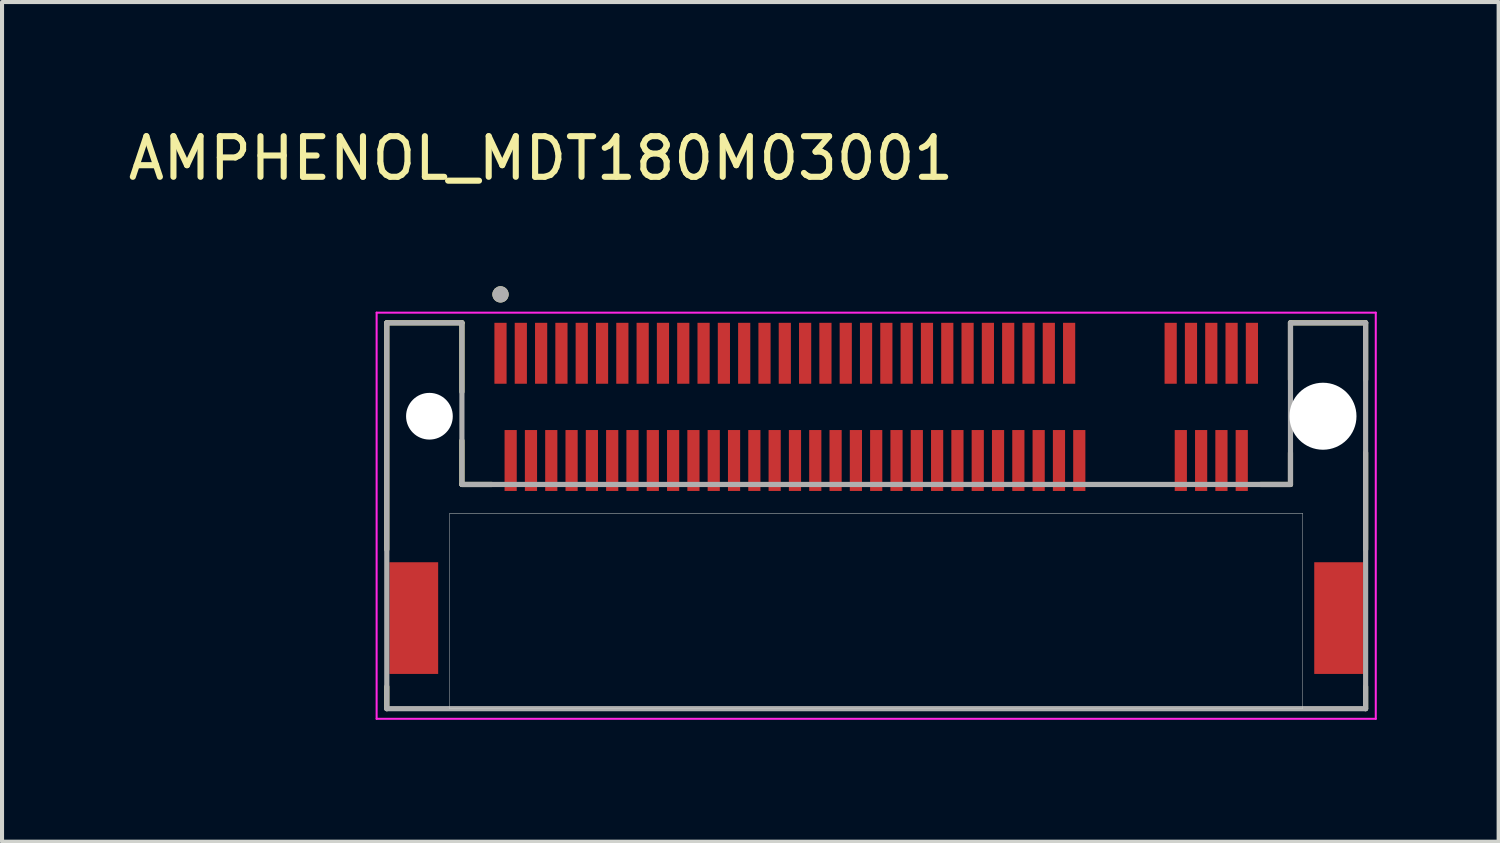
<source format=kicad_pcb>
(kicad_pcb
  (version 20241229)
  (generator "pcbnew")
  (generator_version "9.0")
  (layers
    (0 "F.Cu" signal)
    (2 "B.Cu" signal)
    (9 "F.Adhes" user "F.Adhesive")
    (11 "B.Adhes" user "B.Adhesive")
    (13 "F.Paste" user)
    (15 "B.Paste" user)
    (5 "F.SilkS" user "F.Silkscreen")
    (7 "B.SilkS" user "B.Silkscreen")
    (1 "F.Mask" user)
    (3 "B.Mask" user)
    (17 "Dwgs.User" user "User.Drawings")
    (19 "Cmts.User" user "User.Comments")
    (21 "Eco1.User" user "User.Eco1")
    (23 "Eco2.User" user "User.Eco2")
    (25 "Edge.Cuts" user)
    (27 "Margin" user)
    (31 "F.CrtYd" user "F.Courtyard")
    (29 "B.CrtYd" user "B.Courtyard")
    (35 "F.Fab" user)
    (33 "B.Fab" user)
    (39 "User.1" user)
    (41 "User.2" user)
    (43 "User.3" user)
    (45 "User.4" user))
  (footprint "AMPHENOL_MDT180M03001"
    (layer "F.Cu")
    (at 18.523 7.198)
    (property "Reference" "AMPHENOL_MDT180M03001" (at -8.255 -6.35 0) (layer "F.SilkS") (effects (font (size 1 1) (thickness 0.15))))
    (attr smd)
    (fp_line (start -12.05 -2.3) (end -12.05 3.281) (stroke (width 0.127) (type solid)) (layer "F.SilkS"))
    (fp_line (start -12.05 6.659) (end -12.05 7.2) (stroke (width 0.127) (type solid)) (layer "F.SilkS"))
    (fp_line (start -10.2 -2.3) (end -12.05 -2.3) (stroke (width 0.127) (type solid)) (layer "F.SilkS"))
    (fp_line (start -10.2 -0.6) (end -10.2 -2.3) (stroke (width 0.127) (type solid)) (layer "F.SilkS"))
    (fp_line (start -10.2 1.68) (end -10.2 0.6) (stroke (width 0.127) (type solid)) (layer "F.SilkS"))
    (fp_line (start -10.2 1.68) (end -9.463 1.68) (stroke (width 0.127) (type solid)) (layer "F.SilkS"))
    (fp_line (start 10.2 -2.3) (end 10.2 -0.9) (stroke (width 0.127) (type solid)) (layer "F.SilkS"))
    (fp_line (start 10.2 0.9) (end 10.2 1.68) (stroke (width 0.127) (type solid)) (layer "F.SilkS"))
    (fp_line (start 10.2 1.68) (end 9.463 1.68) (stroke (width 0.127) (type solid)) (layer "F.SilkS"))
    (fp_line (start 12.05 -2.3) (end 10.2 -2.3) (stroke (width 0.127) (type solid)) (layer "F.SilkS"))
    (fp_line (start 12.05 -0.9) (end 12.05 -2.3) (stroke (width 0.127) (type solid)) (layer "F.SilkS"))
    (fp_line (start 12.05 3.281) (end 12.05 0.9) (stroke (width 0.127) (type solid)) (layer "F.SilkS"))
    (fp_line (start 12.05 6.659) (end 12.05 7.2) (stroke (width 0.127) (type solid)) (layer "F.SilkS"))
    (fp_circle (center -9.25 -3) (end -9.15 -3) (stroke (width 0.2) (type solid)) (fill no) (layer "F.SilkS"))
    (fp_line (start -10.5 2.39) (end -10.5 7.2) (stroke (width 0.01) (type solid)) (layer "Edge.Cuts"))
    (fp_line (start -10.5 7.2) (end 10.5 7.2) (stroke (width 0.01) (type solid)) (layer "Edge.Cuts"))
    (fp_line (start 10.5 2.39) (end -10.5 2.39) (stroke (width 0.01) (type solid)) (layer "Edge.Cuts"))
    (fp_line (start 10.5 7.2) (end 10.5 2.39) (stroke (width 0.01) (type solid)) (layer "Edge.Cuts"))
    (fp_line (start -12.3 -2.55) (end -12.3 7.45) (stroke (width 0.05) (type solid)) (layer "F.CrtYd"))
    (fp_line (start -12.3 7.45) (end 12.3 7.45) (stroke (width 0.05) (type solid)) (layer "F.CrtYd"))
    (fp_line (start 12.3 -2.55) (end -12.3 -2.55) (stroke (width 0.05) (type solid)) (layer "F.CrtYd"))
    (fp_line (start 12.3 7.45) (end 12.3 -2.55) (stroke (width 0.05) (type solid)) (layer "F.CrtYd"))
    (fp_line (start -12.05 -2.3) (end -12.05 7.2) (stroke (width 0.127) (type solid)) (layer "F.Fab"))
    (fp_line (start -12.05 7.2) (end 12.05 7.2) (stroke (width 0.127) (type solid)) (layer "F.Fab"))
    (fp_line (start -10.2 -2.3) (end -12.05 -2.3) (stroke (width 0.127) (type solid)) (layer "F.Fab"))
    (fp_line (start -10.2 1.68) (end -10.2 -2.3) (stroke (width 0.127) (type solid)) (layer "F.Fab"))
    (fp_line (start 10.2 -2.3) (end 10.2 1.68) (stroke (width 0.127) (type solid)) (layer "F.Fab"))
    (fp_line (start 10.2 1.68) (end -10.2 1.68) (stroke (width 0.127) (type solid)) (layer "F.Fab"))
    (fp_line (start 12.05 -2.3) (end 10.2 -2.3) (stroke (width 0.127) (type solid)) (layer "F.Fab"))
    (fp_line (start 12.05 7.2) (end 12.05 -2.3) (stroke (width 0.127) (type solid)) (layer "F.Fab"))
    (fp_circle (center -9.25 -3) (end -9.15 -3) (stroke (width 0.2) (type solid)) (fill no) (layer "F.Fab"))
    (pad "" np_thru_hole circle (at -11 0) (size 1.15 1.15) (drill 1.15) (layers "*.Cu" "*.Mask"))
    (pad "" np_thru_hole circle (at 11 0) (size 1.65 1.65) (drill 1.65) (layers "*.Cu" "*.Mask"))
    (pad "1" smd rect (at -9.25 -1.55) (size 0.3 1.5) (layers "F.Cu" "F.Mask" "F.Paste"))
    (pad "2" smd rect (at -9 1.09) (size 0.3 1.5) (layers "F.Cu" "F.Mask" "F.Paste"))
    (pad "3" smd rect (at -8.75 -1.55) (size 0.3 1.5) (layers "F.Cu" "F.Mask" "F.Paste"))
    (pad "4" smd rect (at -8.5 1.09) (size 0.3 1.5) (layers "F.Cu" "F.Mask" "F.Paste"))
    (pad "5" smd rect (at -8.25 -1.55) (size 0.3 1.5) (layers "F.Cu" "F.Mask" "F.Paste"))
    (pad "6" smd rect (at -8 1.09) (size 0.3 1.5) (layers "F.Cu" "F.Mask" "F.Paste"))
    (pad "7" smd rect (at -7.75 -1.55) (size 0.3 1.5) (layers "F.Cu" "F.Mask" "F.Paste"))
    (pad "8" smd rect (at -7.5 1.09) (size 0.3 1.5) (layers "F.Cu" "F.Mask" "F.Paste"))
    (pad "9" smd rect (at -7.25 -1.55) (size 0.3 1.5) (layers "F.Cu" "F.Mask" "F.Paste"))
    (pad "10" smd rect (at -7 1.09) (size 0.3 1.5) (layers "F.Cu" "F.Mask" "F.Paste"))
    (pad "11" smd rect (at -6.75 -1.55) (size 0.3 1.5) (layers "F.Cu" "F.Mask" "F.Paste"))
    (pad "12" smd rect (at -6.5 1.09) (size 0.3 1.5) (layers "F.Cu" "F.Mask" "F.Paste"))
    (pad "13" smd rect (at -6.25 -1.55) (size 0.3 1.5) (layers "F.Cu" "F.Mask" "F.Paste"))
    (pad "14" smd rect (at -6 1.09) (size 0.3 1.5) (layers "F.Cu" "F.Mask" "F.Paste"))
    (pad "15" smd rect (at -5.75 -1.55) (size 0.3 1.5) (layers "F.Cu" "F.Mask" "F.Paste"))
    (pad "16" smd rect (at -5.5 1.09) (size 0.3 1.5) (layers "F.Cu" "F.Mask" "F.Paste"))
    (pad "17" smd rect (at -5.25 -1.55) (size 0.3 1.5) (layers "F.Cu" "F.Mask" "F.Paste"))
    (pad "18" smd rect (at -5 1.09) (size 0.3 1.5) (layers "F.Cu" "F.Mask" "F.Paste"))
    (pad "19" smd rect (at -4.75 -1.55) (size 0.3 1.5) (layers "F.Cu" "F.Mask" "F.Paste"))
    (pad "20" smd rect (at -4.5 1.09) (size 0.3 1.5) (layers "F.Cu" "F.Mask" "F.Paste"))
    (pad "21" smd rect (at -4.25 -1.55) (size 0.3 1.5) (layers "F.Cu" "F.Mask" "F.Paste"))
    (pad "22" smd rect (at -4 1.09) (size 0.3 1.5) (layers "F.Cu" "F.Mask" "F.Paste"))
    (pad "23" smd rect (at -3.75 -1.55) (size 0.3 1.5) (layers "F.Cu" "F.Mask" "F.Paste"))
    (pad "24" smd rect (at -3.5 1.09) (size 0.3 1.5) (layers "F.Cu" "F.Mask" "F.Paste"))
    (pad "25" smd rect (at -3.25 -1.55) (size 0.3 1.5) (layers "F.Cu" "F.Mask" "F.Paste"))
    (pad "26" smd rect (at -3 1.09) (size 0.3 1.5) (layers "F.Cu" "F.Mask" "F.Paste"))
    (pad "27" smd rect (at -2.75 -1.55) (size 0.3 1.5) (layers "F.Cu" "F.Mask" "F.Paste"))
    (pad "28" smd rect (at -2.5 1.09) (size 0.3 1.5) (layers "F.Cu" "F.Mask" "F.Paste"))
    (pad "29" smd rect (at -2.25 -1.55) (size 0.3 1.5) (layers "F.Cu" "F.Mask" "F.Paste"))
    (pad "30" smd rect (at -2 1.09) (size 0.3 1.5) (layers "F.Cu" "F.Mask" "F.Paste"))
    (pad "31" smd rect (at -1.75 -1.55) (size 0.3 1.5) (layers "F.Cu" "F.Mask" "F.Paste"))
    (pad "32" smd rect (at -1.5 1.09) (size 0.3 1.5) (layers "F.Cu" "F.Mask" "F.Paste"))
    (pad "33" smd rect (at -1.25 -1.55) (size 0.3 1.5) (layers "F.Cu" "F.Mask" "F.Paste"))
    (pad "34" smd rect (at -1 1.09) (size 0.3 1.5) (layers "F.Cu" "F.Mask" "F.Paste"))
    (pad "35" smd rect (at -0.75 -1.55) (size 0.3 1.5) (layers "F.Cu" "F.Mask" "F.Paste"))
    (pad "36" smd rect (at -0.5 1.09) (size 0.3 1.5) (layers "F.Cu" "F.Mask" "F.Paste"))
    (pad "37" smd rect (at -0.25 -1.55) (size 0.3 1.5) (layers "F.Cu" "F.Mask" "F.Paste"))
    (pad "38" smd rect (at 0 1.09) (size 0.3 1.5) (layers "F.Cu" "F.Mask" "F.Paste"))
    (pad "39" smd rect (at 0.25 -1.55) (size 0.3 1.5) (layers "F.Cu" "F.Mask" "F.Paste"))
    (pad "40" smd rect (at 0.5 1.09) (size 0.3 1.5) (layers "F.Cu" "F.Mask" "F.Paste"))
    (pad "41" smd rect (at 0.75 -1.55) (size 0.3 1.5) (layers "F.Cu" "F.Mask" "F.Paste"))
    (pad "42" smd rect (at 1 1.09) (size 0.3 1.5) (layers "F.Cu" "F.Mask" "F.Paste"))
    (pad "43" smd rect (at 1.25 -1.55) (size 0.3 1.5) (layers "F.Cu" "F.Mask" "F.Paste"))
    (pad "44" smd rect (at 1.5 1.09) (size 0.3 1.5) (layers "F.Cu" "F.Mask" "F.Paste"))
    (pad "45" smd rect (at 1.75 -1.55) (size 0.3 1.5) (layers "F.Cu" "F.Mask" "F.Paste"))
    (pad "46" smd rect (at 2 1.09) (size 0.3 1.5) (layers "F.Cu" "F.Mask" "F.Paste"))
    (pad "47" smd rect (at 2.25 -1.55) (size 0.3 1.5) (layers "F.Cu" "F.Mask" "F.Paste"))
    (pad "48" smd rect (at 2.5 1.09) (size 0.3 1.5) (layers "F.Cu" "F.Mask" "F.Paste"))
    (pad "49" smd rect (at 2.75 -1.55) (size 0.3 1.5) (layers "F.Cu" "F.Mask" "F.Paste"))
    (pad "50" smd rect (at 3 1.09) (size 0.3 1.5) (layers "F.Cu" "F.Mask" "F.Paste"))
    (pad "51" smd rect (at 3.25 -1.55) (size 0.3 1.5) (layers "F.Cu" "F.Mask" "F.Paste"))
    (pad "52" smd rect (at 3.5 1.09) (size 0.3 1.5) (layers "F.Cu" "F.Mask" "F.Paste"))
    (pad "53" smd rect (at 3.75 -1.55) (size 0.3 1.5) (layers "F.Cu" "F.Mask" "F.Paste"))
    (pad "54" smd rect (at 4 1.09) (size 0.3 1.5) (layers "F.Cu" "F.Mask" "F.Paste"))
    (pad "55" smd rect (at 4.25 -1.55) (size 0.3 1.5) (layers "F.Cu" "F.Mask" "F.Paste"))
    (pad "56" smd rect (at 4.5 1.09) (size 0.3 1.5) (layers "F.Cu" "F.Mask" "F.Paste"))
    (pad "57" smd rect (at 4.75 -1.55) (size 0.3 1.5) (layers "F.Cu" "F.Mask" "F.Paste"))
    (pad "58" smd rect (at 5 1.09) (size 0.3 1.5) (layers "F.Cu" "F.Mask" "F.Paste"))
    (pad "67" smd rect (at 7.25 -1.55) (size 0.3 1.5) (layers "F.Cu" "F.Mask" "F.Paste"))
    (pad "68" smd rect (at 7.5 1.09) (size 0.3 1.5) (layers "F.Cu" "F.Mask" "F.Paste"))
    (pad "69" smd rect (at 7.75 -1.55) (size 0.3 1.5) (layers "F.Cu" "F.Mask" "F.Paste"))
    (pad "70" smd rect (at 8 1.09) (size 0.3 1.5) (layers "F.Cu" "F.Mask" "F.Paste"))
    (pad "71" smd rect (at 8.25 -1.55) (size 0.3 1.5) (layers "F.Cu" "F.Mask" "F.Paste"))
    (pad "72" smd rect (at 8.5 1.09) (size 0.3 1.5) (layers "F.Cu" "F.Mask" "F.Paste"))
    (pad "73" smd rect (at 8.75 -1.55) (size 0.3 1.5) (layers "F.Cu" "F.Mask" "F.Paste"))
    (pad "74" smd rect (at 9 1.09) (size 0.3 1.5) (layers "F.Cu" "F.Mask" "F.Paste"))
    (pad "75" smd rect (at 9.25 -1.55) (size 0.3 1.5) (layers "F.Cu" "F.Mask" "F.Paste"))
    (pad "SH1" smd rect (at -11.385 4.97) (size 1.2 2.75) (layers "F.Cu" "F.Mask" "F.Paste"))
    (pad "SH2" smd rect (at 11.385 4.97) (size 1.2 2.75) (layers "F.Cu" "F.Mask" "F.Paste")))
  (gr_rect
    (start -3 -3)
    (end 33.848 17.673)
    (stroke (width 0.1) (type default))
    (fill no)
    (layer "Edge.Cuts")))
</source>
